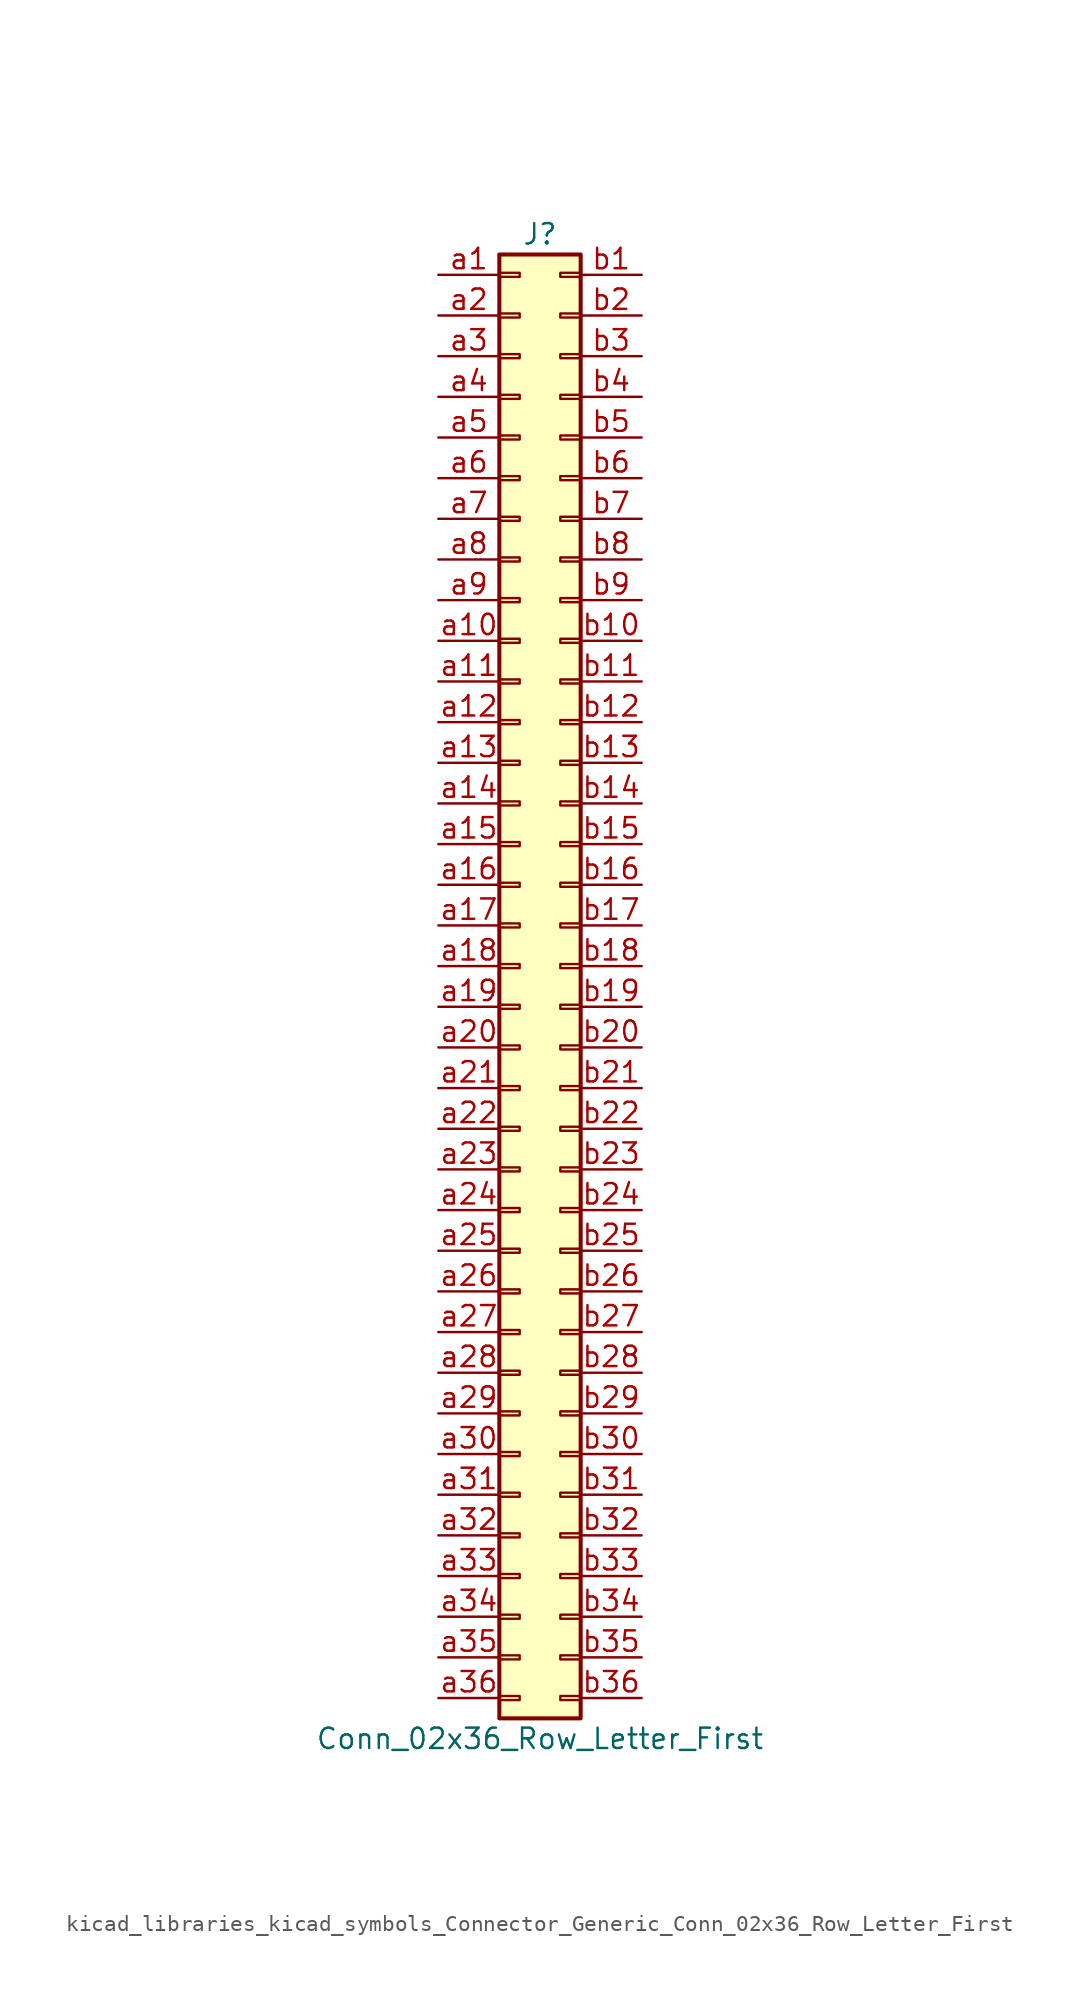
<source format=kicad_sym>
(kicad_symbol_lib
  (version 20220914)
  (generator kicad_symbol_editor)
  (symbol "kicad_libraries_kicad_symbols_Connector_Generic_Conn_02x36_Row_Letter_First"
    (pin_names
      (offset 1.016) hide)
    (property "Reference" "J"
      (at 1.27 45.72 0)
      (effects (font (size 1.27 1.27))))
    (property "Value" "Conn_02x36_Row_Letter_First"
      (at 1.27 -48.26 0)
      (effects (font (size 1.27 1.27))))
    (symbol "kicad_libraries_kicad_symbols_Connector_Generic_Conn_02x36_Row_Letter_First_1_1"
      (rectangle (start -1.27 -45.593) (end 0 -45.847) (stroke (width 0.152) (type default)) (fill (type none)))
      (rectangle (start -1.27 -43.053) (end 0 -43.307) (stroke (width 0.152) (type default)) (fill (type none)))
      (rectangle (start -1.27 -40.513) (end 0 -40.767) (stroke (width 0.152) (type default)) (fill (type none)))
      (rectangle (start -1.27 -37.973) (end 0 -38.227) (stroke (width 0.152) (type default)) (fill (type none)))
      (rectangle (start -1.27 -35.433) (end 0 -35.687) (stroke (width 0.152) (type default)) (fill (type none)))
      (rectangle (start -1.27 -32.893) (end 0 -33.147) (stroke (width 0.152) (type default)) (fill (type none)))
      (rectangle (start -1.27 -30.353) (end 0 -30.607) (stroke (width 0.152) (type default)) (fill (type none)))
      (rectangle (start -1.27 -27.813) (end 0 -28.067) (stroke (width 0.152) (type default)) (fill (type none)))
      (rectangle (start -1.27 -25.273) (end 0 -25.527) (stroke (width 0.152) (type default)) (fill (type none)))
      (rectangle (start -1.27 -22.733) (end 0 -22.987) (stroke (width 0.152) (type default)) (fill (type none)))
      (rectangle (start -1.27 -20.193) (end 0 -20.447) (stroke (width 0.152) (type default)) (fill (type none)))
      (rectangle (start -1.27 -17.653) (end 0 -17.907) (stroke (width 0.152) (type default)) (fill (type none)))
      (rectangle (start -1.27 -15.113) (end 0 -15.367) (stroke (width 0.152) (type default)) (fill (type none)))
      (rectangle (start -1.27 -12.573) (end 0 -12.827) (stroke (width 0.152) (type default)) (fill (type none)))
      (rectangle (start -1.27 -10.033) (end 0 -10.287) (stroke (width 0.152) (type default)) (fill (type none)))
      (rectangle (start -1.27 -7.493) (end 0 -7.747) (stroke (width 0.152) (type default)) (fill (type none)))
      (rectangle (start -1.27 -4.953) (end 0 -5.207) (stroke (width 0.152) (type default)) (fill (type none)))
      (rectangle (start -1.27 -2.413) (end 0 -2.667) (stroke (width 0.152) (type default)) (fill (type none)))
      (rectangle (start -1.27 0.127) (end 0 -0.127) (stroke (width 0.152) (type default)) (fill (type none)))
      (rectangle (start -1.27 2.667) (end 0 2.413) (stroke (width 0.152) (type default)) (fill (type none)))
      (rectangle (start -1.27 5.207) (end 0 4.953) (stroke (width 0.152) (type default)) (fill (type none)))
      (rectangle (start -1.27 7.747) (end 0 7.493) (stroke (width 0.152) (type default)) (fill (type none)))
      (rectangle (start -1.27 10.287) (end 0 10.033) (stroke (width 0.152) (type default)) (fill (type none)))
      (rectangle (start -1.27 12.827) (end 0 12.573) (stroke (width 0.152) (type default)) (fill (type none)))
      (rectangle (start -1.27 15.367) (end 0 15.113) (stroke (width 0.152) (type default)) (fill (type none)))
      (rectangle (start -1.27 17.907) (end 0 17.653) (stroke (width 0.152) (type default)) (fill (type none)))
      (rectangle (start -1.27 20.447) (end 0 20.193) (stroke (width 0.152) (type default)) (fill (type none)))
      (rectangle (start -1.27 22.987) (end 0 22.733) (stroke (width 0.152) (type default)) (fill (type none)))
      (rectangle (start -1.27 25.527) (end 0 25.273) (stroke (width 0.152) (type default)) (fill (type none)))
      (rectangle (start -1.27 28.067) (end 0 27.813) (stroke (width 0.152) (type default)) (fill (type none)))
      (rectangle (start -1.27 30.607) (end 0 30.353) (stroke (width 0.152) (type default)) (fill (type none)))
      (rectangle (start -1.27 33.147) (end 0 32.893) (stroke (width 0.152) (type default)) (fill (type none)))
      (rectangle (start -1.27 35.687) (end 0 35.433) (stroke (width 0.152) (type default)) (fill (type none)))
      (rectangle (start -1.27 38.227) (end 0 37.973) (stroke (width 0.152) (type default)) (fill (type none)))
      (rectangle (start -1.27 40.767) (end 0 40.513) (stroke (width 0.152) (type default)) (fill (type none)))
      (rectangle (start -1.27 43.307) (end 0 43.053) (stroke (width 0.152) (type default)) (fill (type none)))
      (rectangle (start -1.27 44.45) (end 3.81 -46.99) (stroke (width 0.254) (type default)) (fill (type background)))
      (rectangle (start 3.81 -45.593) (end 2.54 -45.847) (stroke (width 0.152) (type default)) (fill (type none)))
      (rectangle (start 3.81 -43.053) (end 2.54 -43.307) (stroke (width 0.152) (type default)) (fill (type none)))
      (rectangle (start 3.81 -40.513) (end 2.54 -40.767) (stroke (width 0.152) (type default)) (fill (type none)))
      (rectangle (start 3.81 -37.973) (end 2.54 -38.227) (stroke (width 0.152) (type default)) (fill (type none)))
      (rectangle (start 3.81 -35.433) (end 2.54 -35.687) (stroke (width 0.152) (type default)) (fill (type none)))
      (rectangle (start 3.81 -32.893) (end 2.54 -33.147) (stroke (width 0.152) (type default)) (fill (type none)))
      (rectangle (start 3.81 -30.353) (end 2.54 -30.607) (stroke (width 0.152) (type default)) (fill (type none)))
      (rectangle (start 3.81 -27.813) (end 2.54 -28.067) (stroke (width 0.152) (type default)) (fill (type none)))
      (rectangle (start 3.81 -25.273) (end 2.54 -25.527) (stroke (width 0.152) (type default)) (fill (type none)))
      (rectangle (start 3.81 -22.733) (end 2.54 -22.987) (stroke (width 0.152) (type default)) (fill (type none)))
      (rectangle (start 3.81 -20.193) (end 2.54 -20.447) (stroke (width 0.152) (type default)) (fill (type none)))
      (rectangle (start 3.81 -17.653) (end 2.54 -17.907) (stroke (width 0.152) (type default)) (fill (type none)))
      (rectangle (start 3.81 -15.113) (end 2.54 -15.367) (stroke (width 0.152) (type default)) (fill (type none)))
      (rectangle (start 3.81 -12.573) (end 2.54 -12.827) (stroke (width 0.152) (type default)) (fill (type none)))
      (rectangle (start 3.81 -10.033) (end 2.54 -10.287) (stroke (width 0.152) (type default)) (fill (type none)))
      (rectangle (start 3.81 -7.493) (end 2.54 -7.747) (stroke (width 0.152) (type default)) (fill (type none)))
      (rectangle (start 3.81 -4.953) (end 2.54 -5.207) (stroke (width 0.152) (type default)) (fill (type none)))
      (rectangle (start 3.81 -2.413) (end 2.54 -2.667) (stroke (width 0.152) (type default)) (fill (type none)))
      (rectangle (start 3.81 0.127) (end 2.54 -0.127) (stroke (width 0.152) (type default)) (fill (type none)))
      (rectangle (start 3.81 2.667) (end 2.54 2.413) (stroke (width 0.152) (type default)) (fill (type none)))
      (rectangle (start 3.81 5.207) (end 2.54 4.953) (stroke (width 0.152) (type default)) (fill (type none)))
      (rectangle (start 3.81 7.747) (end 2.54 7.493) (stroke (width 0.152) (type default)) (fill (type none)))
      (rectangle (start 3.81 10.287) (end 2.54 10.033) (stroke (width 0.152) (type default)) (fill (type none)))
      (rectangle (start 3.81 12.827) (end 2.54 12.573) (stroke (width 0.152) (type default)) (fill (type none)))
      (rectangle (start 3.81 15.367) (end 2.54 15.113) (stroke (width 0.152) (type default)) (fill (type none)))
      (rectangle (start 3.81 17.907) (end 2.54 17.653) (stroke (width 0.152) (type default)) (fill (type none)))
      (rectangle (start 3.81 20.447) (end 2.54 20.193) (stroke (width 0.152) (type default)) (fill (type none)))
      (rectangle (start 3.81 22.987) (end 2.54 22.733) (stroke (width 0.152) (type default)) (fill (type none)))
      (rectangle (start 3.81 25.527) (end 2.54 25.273) (stroke (width 0.152) (type default)) (fill (type none)))
      (rectangle (start 3.81 28.067) (end 2.54 27.813) (stroke (width 0.152) (type default)) (fill (type none)))
      (rectangle (start 3.81 30.607) (end 2.54 30.353) (stroke (width 0.152) (type default)) (fill (type none)))
      (rectangle (start 3.81 33.147) (end 2.54 32.893) (stroke (width 0.152) (type default)) (fill (type none)))
      (rectangle (start 3.81 35.687) (end 2.54 35.433) (stroke (width 0.152) (type default)) (fill (type none)))
      (rectangle (start 3.81 38.227) (end 2.54 37.973) (stroke (width 0.152) (type default)) (fill (type none)))
      (rectangle (start 3.81 40.767) (end 2.54 40.513) (stroke (width 0.152) (type default)) (fill (type none)))
      (rectangle (start 3.81 43.307) (end 2.54 43.053) (stroke (width 0.152) (type default)) (fill (type none)))
      (pin passive line (at -5.08 43.18 0) (length 3.81) (name "Pin_a1" (effects (font (size 1.27 1.27)))) (number "a1" (effects (font (size 1.27 1.27)))))
      (pin passive line (at -5.08 20.32 0) (length 3.81) (name "Pin_a10" (effects (font (size 1.27 1.27)))) (number "a10" (effects (font (size 1.27 1.27)))))
      (pin passive line (at -5.08 17.78 0) (length 3.81) (name "Pin_a11" (effects (font (size 1.27 1.27)))) (number "a11" (effects (font (size 1.27 1.27)))))
      (pin passive line (at -5.08 15.24 0) (length 3.81) (name "Pin_a12" (effects (font (size 1.27 1.27)))) (number "a12" (effects (font (size 1.27 1.27)))))
      (pin passive line (at -5.08 12.7 0) (length 3.81) (name "Pin_a13" (effects (font (size 1.27 1.27)))) (number "a13" (effects (font (size 1.27 1.27)))))
      (pin passive line (at -5.08 10.16 0) (length 3.81) (name "Pin_a14" (effects (font (size 1.27 1.27)))) (number "a14" (effects (font (size 1.27 1.27)))))
      (pin passive line (at -5.08 7.62 0) (length 3.81) (name "Pin_a15" (effects (font (size 1.27 1.27)))) (number "a15" (effects (font (size 1.27 1.27)))))
      (pin passive line (at -5.08 5.08 0) (length 3.81) (name "Pin_a16" (effects (font (size 1.27 1.27)))) (number "a16" (effects (font (size 1.27 1.27)))))
      (pin passive line (at -5.08 2.54 0) (length 3.81) (name "Pin_a17" (effects (font (size 1.27 1.27)))) (number "a17" (effects (font (size 1.27 1.27)))))
      (pin passive line (at -5.08 0 0) (length 3.81) (name "Pin_a18" (effects (font (size 1.27 1.27)))) (number "a18" (effects (font (size 1.27 1.27)))))
      (pin passive line (at -5.08 -2.54 0) (length 3.81) (name "Pin_a19" (effects (font (size 1.27 1.27)))) (number "a19" (effects (font (size 1.27 1.27)))))
      (pin passive line (at -5.08 40.64 0) (length 3.81) (name "Pin_a2" (effects (font (size 1.27 1.27)))) (number "a2" (effects (font (size 1.27 1.27)))))
      (pin passive line (at -5.08 -5.08 0) (length 3.81) (name "Pin_a20" (effects (font (size 1.27 1.27)))) (number "a20" (effects (font (size 1.27 1.27)))))
      (pin passive line (at -5.08 -7.62 0) (length 3.81) (name "Pin_a21" (effects (font (size 1.27 1.27)))) (number "a21" (effects (font (size 1.27 1.27)))))
      (pin passive line (at -5.08 -10.16 0) (length 3.81) (name "Pin_a22" (effects (font (size 1.27 1.27)))) (number "a22" (effects (font (size 1.27 1.27)))))
      (pin passive line (at -5.08 -12.7 0) (length 3.81) (name "Pin_a23" (effects (font (size 1.27 1.27)))) (number "a23" (effects (font (size 1.27 1.27)))))
      (pin passive line (at -5.08 -15.24 0) (length 3.81) (name "Pin_a24" (effects (font (size 1.27 1.27)))) (number "a24" (effects (font (size 1.27 1.27)))))
      (pin passive line (at -5.08 -17.78 0) (length 3.81) (name "Pin_a25" (effects (font (size 1.27 1.27)))) (number "a25" (effects (font (size 1.27 1.27)))))
      (pin passive line (at -5.08 -20.32 0) (length 3.81) (name "Pin_a26" (effects (font (size 1.27 1.27)))) (number "a26" (effects (font (size 1.27 1.27)))))
      (pin passive line (at -5.08 -22.86 0) (length 3.81) (name "Pin_a27" (effects (font (size 1.27 1.27)))) (number "a27" (effects (font (size 1.27 1.27)))))
      (pin passive line (at -5.08 -25.4 0) (length 3.81) (name "Pin_a28" (effects (font (size 1.27 1.27)))) (number "a28" (effects (font (size 1.27 1.27)))))
      (pin passive line (at -5.08 -27.94 0) (length 3.81) (name "Pin_a29" (effects (font (size 1.27 1.27)))) (number "a29" (effects (font (size 1.27 1.27)))))
      (pin passive line (at -5.08 38.1 0) (length 3.81) (name "Pin_a3" (effects (font (size 1.27 1.27)))) (number "a3" (effects (font (size 1.27 1.27)))))
      (pin passive line (at -5.08 -30.48 0) (length 3.81) (name "Pin_a30" (effects (font (size 1.27 1.27)))) (number "a30" (effects (font (size 1.27 1.27)))))
      (pin passive line (at -5.08 -33.02 0) (length 3.81) (name "Pin_a31" (effects (font (size 1.27 1.27)))) (number "a31" (effects (font (size 1.27 1.27)))))
      (pin passive line (at -5.08 -35.56 0) (length 3.81) (name "Pin_a32" (effects (font (size 1.27 1.27)))) (number "a32" (effects (font (size 1.27 1.27)))))
      (pin passive line (at -5.08 -38.1 0) (length 3.81) (name "Pin_a33" (effects (font (size 1.27 1.27)))) (number "a33" (effects (font (size 1.27 1.27)))))
      (pin passive line (at -5.08 -40.64 0) (length 3.81) (name "Pin_a34" (effects (font (size 1.27 1.27)))) (number "a34" (effects (font (size 1.27 1.27)))))
      (pin passive line (at -5.08 -43.18 0) (length 3.81) (name "Pin_a35" (effects (font (size 1.27 1.27)))) (number "a35" (effects (font (size 1.27 1.27)))))
      (pin passive line (at -5.08 -45.72 0) (length 3.81) (name "Pin_a36" (effects (font (size 1.27 1.27)))) (number "a36" (effects (font (size 1.27 1.27)))))
      (pin passive line (at -5.08 35.56 0) (length 3.81) (name "Pin_a4" (effects (font (size 1.27 1.27)))) (number "a4" (effects (font (size 1.27 1.27)))))
      (pin passive line (at -5.08 33.02 0) (length 3.81) (name "Pin_a5" (effects (font (size 1.27 1.27)))) (number "a5" (effects (font (size 1.27 1.27)))))
      (pin passive line (at -5.08 30.48 0) (length 3.81) (name "Pin_a6" (effects (font (size 1.27 1.27)))) (number "a6" (effects (font (size 1.27 1.27)))))
      (pin passive line (at -5.08 27.94 0) (length 3.81) (name "Pin_a7" (effects (font (size 1.27 1.27)))) (number "a7" (effects (font (size 1.27 1.27)))))
      (pin passive line (at -5.08 25.4 0) (length 3.81) (name "Pin_a8" (effects (font (size 1.27 1.27)))) (number "a8" (effects (font (size 1.27 1.27)))))
      (pin passive line (at -5.08 22.86 0) (length 3.81) (name "Pin_a9" (effects (font (size 1.27 1.27)))) (number "a9" (effects (font (size 1.27 1.27)))))
      (pin passive line (at 7.62 43.18 180) (length 3.81) (name "Pin_b1" (effects (font (size 1.27 1.27)))) (number "b1" (effects (font (size 1.27 1.27)))))
      (pin passive line (at 7.62 20.32 180) (length 3.81) (name "Pin_b10" (effects (font (size 1.27 1.27)))) (number "b10" (effects (font (size 1.27 1.27)))))
      (pin passive line (at 7.62 17.78 180) (length 3.81) (name "Pin_b11" (effects (font (size 1.27 1.27)))) (number "b11" (effects (font (size 1.27 1.27)))))
      (pin passive line (at 7.62 15.24 180) (length 3.81) (name "Pin_b12" (effects (font (size 1.27 1.27)))) (number "b12" (effects (font (size 1.27 1.27)))))
      (pin passive line (at 7.62 12.7 180) (length 3.81) (name "Pin_b13" (effects (font (size 1.27 1.27)))) (number "b13" (effects (font (size 1.27 1.27)))))
      (pin passive line (at 7.62 10.16 180) (length 3.81) (name "Pin_b14" (effects (font (size 1.27 1.27)))) (number "b14" (effects (font (size 1.27 1.27)))))
      (pin passive line (at 7.62 7.62 180) (length 3.81) (name "Pin_b15" (effects (font (size 1.27 1.27)))) (number "b15" (effects (font (size 1.27 1.27)))))
      (pin passive line (at 7.62 5.08 180) (length 3.81) (name "Pin_b16" (effects (font (size 1.27 1.27)))) (number "b16" (effects (font (size 1.27 1.27)))))
      (pin passive line (at 7.62 2.54 180) (length 3.81) (name "Pin_b17" (effects (font (size 1.27 1.27)))) (number "b17" (effects (font (size 1.27 1.27)))))
      (pin passive line (at 7.62 0 180) (length 3.81) (name "Pin_b18" (effects (font (size 1.27 1.27)))) (number "b18" (effects (font (size 1.27 1.27)))))
      (pin passive line (at 7.62 -2.54 180) (length 3.81) (name "Pin_b19" (effects (font (size 1.27 1.27)))) (number "b19" (effects (font (size 1.27 1.27)))))
      (pin passive line (at 7.62 40.64 180) (length 3.81) (name "Pin_b2" (effects (font (size 1.27 1.27)))) (number "b2" (effects (font (size 1.27 1.27)))))
      (pin passive line (at 7.62 -5.08 180) (length 3.81) (name "Pin_b20" (effects (font (size 1.27 1.27)))) (number "b20" (effects (font (size 1.27 1.27)))))
      (pin passive line (at 7.62 -7.62 180) (length 3.81) (name "Pin_b21" (effects (font (size 1.27 1.27)))) (number "b21" (effects (font (size 1.27 1.27)))))
      (pin passive line (at 7.62 -10.16 180) (length 3.81) (name "Pin_b22" (effects (font (size 1.27 1.27)))) (number "b22" (effects (font (size 1.27 1.27)))))
      (pin passive line (at 7.62 -12.7 180) (length 3.81) (name "Pin_b23" (effects (font (size 1.27 1.27)))) (number "b23" (effects (font (size 1.27 1.27)))))
      (pin passive line (at 7.62 -15.24 180) (length 3.81) (name "Pin_b24" (effects (font (size 1.27 1.27)))) (number "b24" (effects (font (size 1.27 1.27)))))
      (pin passive line (at 7.62 -17.78 180) (length 3.81) (name "Pin_b25" (effects (font (size 1.27 1.27)))) (number "b25" (effects (font (size 1.27 1.27)))))
      (pin passive line (at 7.62 -20.32 180) (length 3.81) (name "Pin_b26" (effects (font (size 1.27 1.27)))) (number "b26" (effects (font (size 1.27 1.27)))))
      (pin passive line (at 7.62 -22.86 180) (length 3.81) (name "Pin_b27" (effects (font (size 1.27 1.27)))) (number "b27" (effects (font (size 1.27 1.27)))))
      (pin passive line (at 7.62 -25.4 180) (length 3.81) (name "Pin_b28" (effects (font (size 1.27 1.27)))) (number "b28" (effects (font (size 1.27 1.27)))))
      (pin passive line (at 7.62 -27.94 180) (length 3.81) (name "Pin_b29" (effects (font (size 1.27 1.27)))) (number "b29" (effects (font (size 1.27 1.27)))))
      (pin passive line (at 7.62 38.1 180) (length 3.81) (name "Pin_b3" (effects (font (size 1.27 1.27)))) (number "b3" (effects (font (size 1.27 1.27)))))
      (pin passive line (at 7.62 -30.48 180) (length 3.81) (name "Pin_b30" (effects (font (size 1.27 1.27)))) (number "b30" (effects (font (size 1.27 1.27)))))
      (pin passive line (at 7.62 -33.02 180) (length 3.81) (name "Pin_b31" (effects (font (size 1.27 1.27)))) (number "b31" (effects (font (size 1.27 1.27)))))
      (pin passive line (at 7.62 -35.56 180) (length 3.81) (name "Pin_b32" (effects (font (size 1.27 1.27)))) (number "b32" (effects (font (size 1.27 1.27)))))
      (pin passive line (at 7.62 -38.1 180) (length 3.81) (name "Pin_b33" (effects (font (size 1.27 1.27)))) (number "b33" (effects (font (size 1.27 1.27)))))
      (pin passive line (at 7.62 -40.64 180) (length 3.81) (name "Pin_b34" (effects (font (size 1.27 1.27)))) (number "b34" (effects (font (size 1.27 1.27)))))
      (pin passive line (at 7.62 -43.18 180) (length 3.81) (name "Pin_b35" (effects (font (size 1.27 1.27)))) (number "b35" (effects (font (size 1.27 1.27)))))
      (pin passive line (at 7.62 -45.72 180) (length 3.81) (name "Pin_b36" (effects (font (size 1.27 1.27)))) (number "b36" (effects (font (size 1.27 1.27)))))
      (pin passive line (at 7.62 35.56 180) (length 3.81) (name "Pin_b4" (effects (font (size 1.27 1.27)))) (number "b4" (effects (font (size 1.27 1.27)))))
      (pin passive line (at 7.62 33.02 180) (length 3.81) (name "Pin_b5" (effects (font (size 1.27 1.27)))) (number "b5" (effects (font (size 1.27 1.27)))))
      (pin passive line (at 7.62 30.48 180) (length 3.81) (name "Pin_b6" (effects (font (size 1.27 1.27)))) (number "b6" (effects (font (size 1.27 1.27)))))
      (pin passive line (at 7.62 27.94 180) (length 3.81) (name "Pin_b7" (effects (font (size 1.27 1.27)))) (number "b7" (effects (font (size 1.27 1.27)))))
      (pin passive line (at 7.62 25.4 180) (length 3.81) (name "Pin_b8" (effects (font (size 1.27 1.27)))) (number "b8" (effects (font (size 1.27 1.27)))))
      (pin passive line (at 7.62 22.86 180) (length 3.81) (name "Pin_b9" (effects (font (size 1.27 1.27)))) (number "b9" (effects (font (size 1.27 1.27))))))))
</source>
